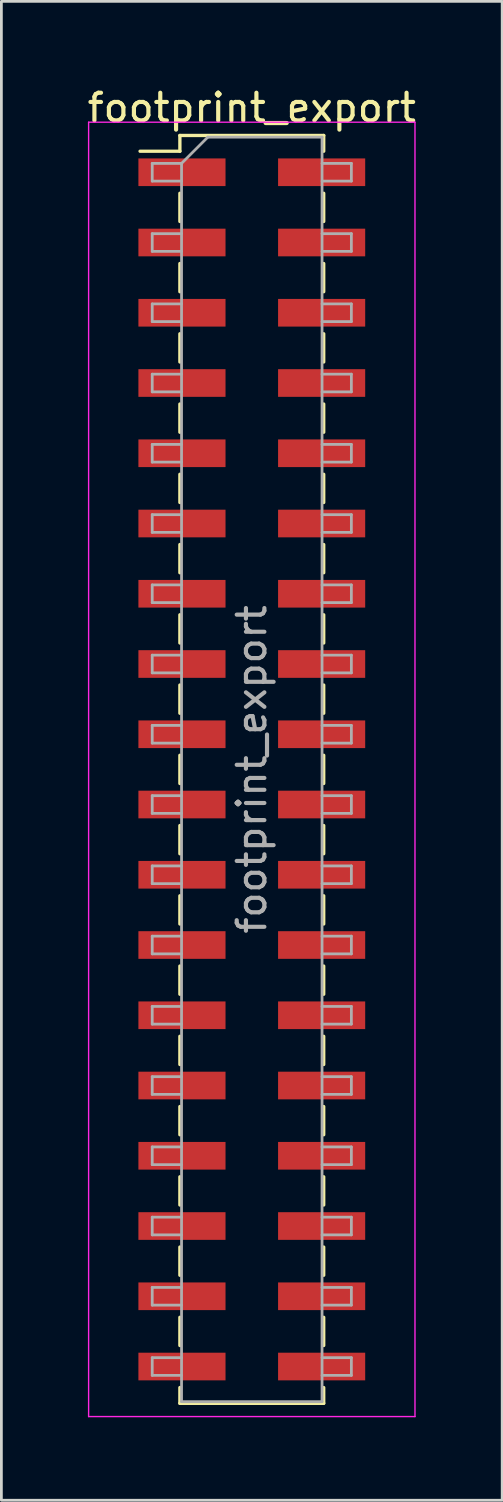
<source format=kicad_pcb>
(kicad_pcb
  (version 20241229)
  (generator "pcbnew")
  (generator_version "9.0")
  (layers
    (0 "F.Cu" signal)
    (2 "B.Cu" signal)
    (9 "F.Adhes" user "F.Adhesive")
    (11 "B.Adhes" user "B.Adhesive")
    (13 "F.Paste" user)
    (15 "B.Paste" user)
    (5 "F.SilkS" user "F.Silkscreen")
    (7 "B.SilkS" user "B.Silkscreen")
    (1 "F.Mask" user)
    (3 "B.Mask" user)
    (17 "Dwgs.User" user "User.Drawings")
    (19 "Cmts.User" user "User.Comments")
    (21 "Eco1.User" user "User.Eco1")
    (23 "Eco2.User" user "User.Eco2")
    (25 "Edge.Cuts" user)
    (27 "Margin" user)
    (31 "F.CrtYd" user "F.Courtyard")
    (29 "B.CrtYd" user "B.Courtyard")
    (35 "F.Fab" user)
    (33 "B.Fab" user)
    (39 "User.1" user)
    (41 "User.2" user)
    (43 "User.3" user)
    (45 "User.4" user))
  (footprint "footprint_export"
    (layer "F.Cu")
    (at 6.054 24.768)
    (property "Reference" "footprint_export" (at 0 -23.92 0) (layer "F.SilkS") (effects (font (size 1 1) (thickness 0.15))))
    (attr smd)
    (fp_line (start -4.04 -22.35) (end -2.6 -22.35) (stroke (width 0.12) (type solid)) (layer "F.SilkS"))
    (fp_line (start -2.6 -22.92) (end -2.6 -22.35) (stroke (width 0.12) (type solid)) (layer "F.SilkS"))
    (fp_line (start -2.6 -22.92) (end 2.6 -22.92) (stroke (width 0.12) (type solid)) (layer "F.SilkS"))
    (fp_line (start -2.6 -20.83) (end -2.6 -19.81) (stroke (width 0.12) (type solid)) (layer "F.SilkS"))
    (fp_line (start -2.6 -18.29) (end -2.6 -17.27) (stroke (width 0.12) (type solid)) (layer "F.SilkS"))
    (fp_line (start -2.6 -15.75) (end -2.6 -14.73) (stroke (width 0.12) (type solid)) (layer "F.SilkS"))
    (fp_line (start -2.6 -13.21) (end -2.6 -12.19) (stroke (width 0.12) (type solid)) (layer "F.SilkS"))
    (fp_line (start -2.6 -10.67) (end -2.6 -9.65) (stroke (width 0.12) (type solid)) (layer "F.SilkS"))
    (fp_line (start -2.6 -8.13) (end -2.6 -7.11) (stroke (width 0.12) (type solid)) (layer "F.SilkS"))
    (fp_line (start -2.6 -5.59) (end -2.6 -4.57) (stroke (width 0.12) (type solid)) (layer "F.SilkS"))
    (fp_line (start -2.6 -3.05) (end -2.6 -2.03) (stroke (width 0.12) (type solid)) (layer "F.SilkS"))
    (fp_line (start -2.6 -0.51) (end -2.6 0.51) (stroke (width 0.12) (type solid)) (layer "F.SilkS"))
    (fp_line (start -2.6 2.03) (end -2.6 3.05) (stroke (width 0.12) (type solid)) (layer "F.SilkS"))
    (fp_line (start -2.6 4.57) (end -2.6 5.59) (stroke (width 0.12) (type solid)) (layer "F.SilkS"))
    (fp_line (start -2.6 7.11) (end -2.6 8.13) (stroke (width 0.12) (type solid)) (layer "F.SilkS"))
    (fp_line (start -2.6 9.65) (end -2.6 10.67) (stroke (width 0.12) (type solid)) (layer "F.SilkS"))
    (fp_line (start -2.6 12.19) (end -2.6 13.21) (stroke (width 0.12) (type solid)) (layer "F.SilkS"))
    (fp_line (start -2.6 14.73) (end -2.6 15.75) (stroke (width 0.12) (type solid)) (layer "F.SilkS"))
    (fp_line (start -2.6 17.27) (end -2.6 18.29) (stroke (width 0.12) (type solid)) (layer "F.SilkS"))
    (fp_line (start -2.6 19.81) (end -2.6 20.83) (stroke (width 0.12) (type solid)) (layer "F.SilkS"))
    (fp_line (start -2.6 22.35) (end -2.6 22.92) (stroke (width 0.12) (type solid)) (layer "F.SilkS"))
    (fp_line (start -2.6 22.92) (end 2.6 22.92) (stroke (width 0.12) (type solid)) (layer "F.SilkS"))
    (fp_line (start 2.6 -22.92) (end 2.6 -22.35) (stroke (width 0.12) (type solid)) (layer "F.SilkS"))
    (fp_line (start 2.6 -20.83) (end 2.6 -19.81) (stroke (width 0.12) (type solid)) (layer "F.SilkS"))
    (fp_line (start 2.6 -18.29) (end 2.6 -17.27) (stroke (width 0.12) (type solid)) (layer "F.SilkS"))
    (fp_line (start 2.6 -15.75) (end 2.6 -14.73) (stroke (width 0.12) (type solid)) (layer "F.SilkS"))
    (fp_line (start 2.6 -13.21) (end 2.6 -12.19) (stroke (width 0.12) (type solid)) (layer "F.SilkS"))
    (fp_line (start 2.6 -10.67) (end 2.6 -9.65) (stroke (width 0.12) (type solid)) (layer "F.SilkS"))
    (fp_line (start 2.6 -8.13) (end 2.6 -7.11) (stroke (width 0.12) (type solid)) (layer "F.SilkS"))
    (fp_line (start 2.6 -5.59) (end 2.6 -4.57) (stroke (width 0.12) (type solid)) (layer "F.SilkS"))
    (fp_line (start 2.6 -3.05) (end 2.6 -2.03) (stroke (width 0.12) (type solid)) (layer "F.SilkS"))
    (fp_line (start 2.6 -0.51) (end 2.6 0.51) (stroke (width 0.12) (type solid)) (layer "F.SilkS"))
    (fp_line (start 2.6 2.03) (end 2.6 3.05) (stroke (width 0.12) (type solid)) (layer "F.SilkS"))
    (fp_line (start 2.6 4.57) (end 2.6 5.59) (stroke (width 0.12) (type solid)) (layer "F.SilkS"))
    (fp_line (start 2.6 7.11) (end 2.6 8.13) (stroke (width 0.12) (type solid)) (layer "F.SilkS"))
    (fp_line (start 2.6 9.65) (end 2.6 10.67) (stroke (width 0.12) (type solid)) (layer "F.SilkS"))
    (fp_line (start 2.6 12.19) (end 2.6 13.21) (stroke (width 0.12) (type solid)) (layer "F.SilkS"))
    (fp_line (start 2.6 14.73) (end 2.6 15.75) (stroke (width 0.12) (type solid)) (layer "F.SilkS"))
    (fp_line (start 2.6 17.27) (end 2.6 18.29) (stroke (width 0.12) (type solid)) (layer "F.SilkS"))
    (fp_line (start 2.6 19.81) (end 2.6 20.83) (stroke (width 0.12) (type solid)) (layer "F.SilkS"))
    (fp_line (start 2.6 22.35) (end 2.6 22.92) (stroke (width 0.12) (type solid)) (layer "F.SilkS"))
    (fp_line (start -5.9 -23.4) (end -5.9 23.4) (stroke (width 0.05) (type solid)) (layer "F.CrtYd"))
    (fp_line (start -5.9 23.4) (end 5.9 23.4) (stroke (width 0.05) (type solid)) (layer "F.CrtYd"))
    (fp_line (start 5.9 -23.4) (end -5.9 -23.4) (stroke (width 0.05) (type solid)) (layer "F.CrtYd"))
    (fp_line (start 5.9 23.4) (end 5.9 -23.4) (stroke (width 0.05) (type solid)) (layer "F.CrtYd"))
    (fp_line (start -3.6 -21.91) (end -3.6 -21.27) (stroke (width 0.1) (type solid)) (layer "F.Fab"))
    (fp_line (start -3.6 -21.27) (end -2.54 -21.27) (stroke (width 0.1) (type solid)) (layer "F.Fab"))
    (fp_line (start -3.6 -19.37) (end -3.6 -18.73) (stroke (width 0.1) (type solid)) (layer "F.Fab"))
    (fp_line (start -3.6 -18.73) (end -2.54 -18.73) (stroke (width 0.1) (type solid)) (layer "F.Fab"))
    (fp_line (start -3.6 -16.83) (end -3.6 -16.19) (stroke (width 0.1) (type solid)) (layer "F.Fab"))
    (fp_line (start -3.6 -16.19) (end -2.54 -16.19) (stroke (width 0.1) (type solid)) (layer "F.Fab"))
    (fp_line (start -3.6 -14.29) (end -3.6 -13.65) (stroke (width 0.1) (type solid)) (layer "F.Fab"))
    (fp_line (start -3.6 -13.65) (end -2.54 -13.65) (stroke (width 0.1) (type solid)) (layer "F.Fab"))
    (fp_line (start -3.6 -11.75) (end -3.6 -11.11) (stroke (width 0.1) (type solid)) (layer "F.Fab"))
    (fp_line (start -3.6 -11.11) (end -2.54 -11.11) (stroke (width 0.1) (type solid)) (layer "F.Fab"))
    (fp_line (start -3.6 -9.21) (end -3.6 -8.57) (stroke (width 0.1) (type solid)) (layer "F.Fab"))
    (fp_line (start -3.6 -8.57) (end -2.54 -8.57) (stroke (width 0.1) (type solid)) (layer "F.Fab"))
    (fp_line (start -3.6 -6.67) (end -3.6 -6.03) (stroke (width 0.1) (type solid)) (layer "F.Fab"))
    (fp_line (start -3.6 -6.03) (end -2.54 -6.03) (stroke (width 0.1) (type solid)) (layer "F.Fab"))
    (fp_line (start -3.6 -4.13) (end -3.6 -3.49) (stroke (width 0.1) (type solid)) (layer "F.Fab"))
    (fp_line (start -3.6 -3.49) (end -2.54 -3.49) (stroke (width 0.1) (type solid)) (layer "F.Fab"))
    (fp_line (start -3.6 -1.59) (end -3.6 -0.95) (stroke (width 0.1) (type solid)) (layer "F.Fab"))
    (fp_line (start -3.6 -0.95) (end -2.54 -0.95) (stroke (width 0.1) (type solid)) (layer "F.Fab"))
    (fp_line (start -3.6 0.95) (end -3.6 1.59) (stroke (width 0.1) (type solid)) (layer "F.Fab"))
    (fp_line (start -3.6 1.59) (end -2.54 1.59) (stroke (width 0.1) (type solid)) (layer "F.Fab"))
    (fp_line (start -3.6 3.49) (end -3.6 4.13) (stroke (width 0.1) (type solid)) (layer "F.Fab"))
    (fp_line (start -3.6 4.13) (end -2.54 4.13) (stroke (width 0.1) (type solid)) (layer "F.Fab"))
    (fp_line (start -3.6 6.03) (end -3.6 6.67) (stroke (width 0.1) (type solid)) (layer "F.Fab"))
    (fp_line (start -3.6 6.67) (end -2.54 6.67) (stroke (width 0.1) (type solid)) (layer "F.Fab"))
    (fp_line (start -3.6 8.57) (end -3.6 9.21) (stroke (width 0.1) (type solid)) (layer "F.Fab"))
    (fp_line (start -3.6 9.21) (end -2.54 9.21) (stroke (width 0.1) (type solid)) (layer "F.Fab"))
    (fp_line (start -3.6 11.11) (end -3.6 11.75) (stroke (width 0.1) (type solid)) (layer "F.Fab"))
    (fp_line (start -3.6 11.75) (end -2.54 11.75) (stroke (width 0.1) (type solid)) (layer "F.Fab"))
    (fp_line (start -3.6 13.65) (end -3.6 14.29) (stroke (width 0.1) (type solid)) (layer "F.Fab"))
    (fp_line (start -3.6 14.29) (end -2.54 14.29) (stroke (width 0.1) (type solid)) (layer "F.Fab"))
    (fp_line (start -3.6 16.19) (end -3.6 16.83) (stroke (width 0.1) (type solid)) (layer "F.Fab"))
    (fp_line (start -3.6 16.83) (end -2.54 16.83) (stroke (width 0.1) (type solid)) (layer "F.Fab"))
    (fp_line (start -3.6 18.73) (end -3.6 19.37) (stroke (width 0.1) (type solid)) (layer "F.Fab"))
    (fp_line (start -3.6 19.37) (end -2.54 19.37) (stroke (width 0.1) (type solid)) (layer "F.Fab"))
    (fp_line (start -3.6 21.27) (end -3.6 21.91) (stroke (width 0.1) (type solid)) (layer "F.Fab"))
    (fp_line (start -3.6 21.91) (end -2.54 21.91) (stroke (width 0.1) (type solid)) (layer "F.Fab"))
    (fp_line (start -2.54 -21.91) (end -3.6 -21.91) (stroke (width 0.1) (type solid)) (layer "F.Fab"))
    (fp_line (start -2.54 -21.91) (end -1.59 -22.86) (stroke (width 0.1) (type solid)) (layer "F.Fab"))
    (fp_line (start -2.54 -19.37) (end -3.6 -19.37) (stroke (width 0.1) (type solid)) (layer "F.Fab"))
    (fp_line (start -2.54 -16.83) (end -3.6 -16.83) (stroke (width 0.1) (type solid)) (layer "F.Fab"))
    (fp_line (start -2.54 -14.29) (end -3.6 -14.29) (stroke (width 0.1) (type solid)) (layer "F.Fab"))
    (fp_line (start -2.54 -11.75) (end -3.6 -11.75) (stroke (width 0.1) (type solid)) (layer "F.Fab"))
    (fp_line (start -2.54 -9.21) (end -3.6 -9.21) (stroke (width 0.1) (type solid)) (layer "F.Fab"))
    (fp_line (start -2.54 -6.67) (end -3.6 -6.67) (stroke (width 0.1) (type solid)) (layer "F.Fab"))
    (fp_line (start -2.54 -4.13) (end -3.6 -4.13) (stroke (width 0.1) (type solid)) (layer "F.Fab"))
    (fp_line (start -2.54 -1.59) (end -3.6 -1.59) (stroke (width 0.1) (type solid)) (layer "F.Fab"))
    (fp_line (start -2.54 0.95) (end -3.6 0.95) (stroke (width 0.1) (type solid)) (layer "F.Fab"))
    (fp_line (start -2.54 3.49) (end -3.6 3.49) (stroke (width 0.1) (type solid)) (layer "F.Fab"))
    (fp_line (start -2.54 6.03) (end -3.6 6.03) (stroke (width 0.1) (type solid)) (layer "F.Fab"))
    (fp_line (start -2.54 8.57) (end -3.6 8.57) (stroke (width 0.1) (type solid)) (layer "F.Fab"))
    (fp_line (start -2.54 11.11) (end -3.6 11.11) (stroke (width 0.1) (type solid)) (layer "F.Fab"))
    (fp_line (start -2.54 13.65) (end -3.6 13.65) (stroke (width 0.1) (type solid)) (layer "F.Fab"))
    (fp_line (start -2.54 16.19) (end -3.6 16.19) (stroke (width 0.1) (type solid)) (layer "F.Fab"))
    (fp_line (start -2.54 18.73) (end -3.6 18.73) (stroke (width 0.1) (type solid)) (layer "F.Fab"))
    (fp_line (start -2.54 21.27) (end -3.6 21.27) (stroke (width 0.1) (type solid)) (layer "F.Fab"))
    (fp_line (start -2.54 22.86) (end -2.54 -21.91) (stroke (width 0.1) (type solid)) (layer "F.Fab"))
    (fp_line (start -1.59 -22.86) (end 2.54 -22.86) (stroke (width 0.1) (type solid)) (layer "F.Fab"))
    (fp_line (start 2.54 -22.86) (end 2.54 22.86) (stroke (width 0.1) (type solid)) (layer "F.Fab"))
    (fp_line (start 2.54 -21.91) (end 3.6 -21.91) (stroke (width 0.1) (type solid)) (layer "F.Fab"))
    (fp_line (start 2.54 -19.37) (end 3.6 -19.37) (stroke (width 0.1) (type solid)) (layer "F.Fab"))
    (fp_line (start 2.54 -16.83) (end 3.6 -16.83) (stroke (width 0.1) (type solid)) (layer "F.Fab"))
    (fp_line (start 2.54 -14.29) (end 3.6 -14.29) (stroke (width 0.1) (type solid)) (layer "F.Fab"))
    (fp_line (start 2.54 -11.75) (end 3.6 -11.75) (stroke (width 0.1) (type solid)) (layer "F.Fab"))
    (fp_line (start 2.54 -9.21) (end 3.6 -9.21) (stroke (width 0.1) (type solid)) (layer "F.Fab"))
    (fp_line (start 2.54 -6.67) (end 3.6 -6.67) (stroke (width 0.1) (type solid)) (layer "F.Fab"))
    (fp_line (start 2.54 -4.13) (end 3.6 -4.13) (stroke (width 0.1) (type solid)) (layer "F.Fab"))
    (fp_line (start 2.54 -1.59) (end 3.6 -1.59) (stroke (width 0.1) (type solid)) (layer "F.Fab"))
    (fp_line (start 2.54 0.95) (end 3.6 0.95) (stroke (width 0.1) (type solid)) (layer "F.Fab"))
    (fp_line (start 2.54 3.49) (end 3.6 3.49) (stroke (width 0.1) (type solid)) (layer "F.Fab"))
    (fp_line (start 2.54 6.03) (end 3.6 6.03) (stroke (width 0.1) (type solid)) (layer "F.Fab"))
    (fp_line (start 2.54 8.57) (end 3.6 8.57) (stroke (width 0.1) (type solid)) (layer "F.Fab"))
    (fp_line (start 2.54 11.11) (end 3.6 11.11) (stroke (width 0.1) (type solid)) (layer "F.Fab"))
    (fp_line (start 2.54 13.65) (end 3.6 13.65) (stroke (width 0.1) (type solid)) (layer "F.Fab"))
    (fp_line (start 2.54 16.19) (end 3.6 16.19) (stroke (width 0.1) (type solid)) (layer "F.Fab"))
    (fp_line (start 2.54 18.73) (end 3.6 18.73) (stroke (width 0.1) (type solid)) (layer "F.Fab"))
    (fp_line (start 2.54 21.27) (end 3.6 21.27) (stroke (width 0.1) (type solid)) (layer "F.Fab"))
    (fp_line (start 2.54 22.86) (end -2.54 22.86) (stroke (width 0.1) (type solid)) (layer "F.Fab"))
    (fp_line (start 3.6 -21.91) (end 3.6 -21.27) (stroke (width 0.1) (type solid)) (layer "F.Fab"))
    (fp_line (start 3.6 -21.27) (end 2.54 -21.27) (stroke (width 0.1) (type solid)) (layer "F.Fab"))
    (fp_line (start 3.6 -19.37) (end 3.6 -18.73) (stroke (width 0.1) (type solid)) (layer "F.Fab"))
    (fp_line (start 3.6 -18.73) (end 2.54 -18.73) (stroke (width 0.1) (type solid)) (layer "F.Fab"))
    (fp_line (start 3.6 -16.83) (end 3.6 -16.19) (stroke (width 0.1) (type solid)) (layer "F.Fab"))
    (fp_line (start 3.6 -16.19) (end 2.54 -16.19) (stroke (width 0.1) (type solid)) (layer "F.Fab"))
    (fp_line (start 3.6 -14.29) (end 3.6 -13.65) (stroke (width 0.1) (type solid)) (layer "F.Fab"))
    (fp_line (start 3.6 -13.65) (end 2.54 -13.65) (stroke (width 0.1) (type solid)) (layer "F.Fab"))
    (fp_line (start 3.6 -11.75) (end 3.6 -11.11) (stroke (width 0.1) (type solid)) (layer "F.Fab"))
    (fp_line (start 3.6 -11.11) (end 2.54 -11.11) (stroke (width 0.1) (type solid)) (layer "F.Fab"))
    (fp_line (start 3.6 -9.21) (end 3.6 -8.57) (stroke (width 0.1) (type solid)) (layer "F.Fab"))
    (fp_line (start 3.6 -8.57) (end 2.54 -8.57) (stroke (width 0.1) (type solid)) (layer "F.Fab"))
    (fp_line (start 3.6 -6.67) (end 3.6 -6.03) (stroke (width 0.1) (type solid)) (layer "F.Fab"))
    (fp_line (start 3.6 -6.03) (end 2.54 -6.03) (stroke (width 0.1) (type solid)) (layer "F.Fab"))
    (fp_line (start 3.6 -4.13) (end 3.6 -3.49) (stroke (width 0.1) (type solid)) (layer "F.Fab"))
    (fp_line (start 3.6 -3.49) (end 2.54 -3.49) (stroke (width 0.1) (type solid)) (layer "F.Fab"))
    (fp_line (start 3.6 -1.59) (end 3.6 -0.95) (stroke (width 0.1) (type solid)) (layer "F.Fab"))
    (fp_line (start 3.6 -0.95) (end 2.54 -0.95) (stroke (width 0.1) (type solid)) (layer "F.Fab"))
    (fp_line (start 3.6 0.95) (end 3.6 1.59) (stroke (width 0.1) (type solid)) (layer "F.Fab"))
    (fp_line (start 3.6 1.59) (end 2.54 1.59) (stroke (width 0.1) (type solid)) (layer "F.Fab"))
    (fp_line (start 3.6 3.49) (end 3.6 4.13) (stroke (width 0.1) (type solid)) (layer "F.Fab"))
    (fp_line (start 3.6 4.13) (end 2.54 4.13) (stroke (width 0.1) (type solid)) (layer "F.Fab"))
    (fp_line (start 3.6 6.03) (end 3.6 6.67) (stroke (width 0.1) (type solid)) (layer "F.Fab"))
    (fp_line (start 3.6 6.67) (end 2.54 6.67) (stroke (width 0.1) (type solid)) (layer "F.Fab"))
    (fp_line (start 3.6 8.57) (end 3.6 9.21) (stroke (width 0.1) (type solid)) (layer "F.Fab"))
    (fp_line (start 3.6 9.21) (end 2.54 9.21) (stroke (width 0.1) (type solid)) (layer "F.Fab"))
    (fp_line (start 3.6 11.11) (end 3.6 11.75) (stroke (width 0.1) (type solid)) (layer "F.Fab"))
    (fp_line (start 3.6 11.75) (end 2.54 11.75) (stroke (width 0.1) (type solid)) (layer "F.Fab"))
    (fp_line (start 3.6 13.65) (end 3.6 14.29) (stroke (width 0.1) (type solid)) (layer "F.Fab"))
    (fp_line (start 3.6 14.29) (end 2.54 14.29) (stroke (width 0.1) (type solid)) (layer "F.Fab"))
    (fp_line (start 3.6 16.19) (end 3.6 16.83) (stroke (width 0.1) (type solid)) (layer "F.Fab"))
    (fp_line (start 3.6 16.83) (end 2.54 16.83) (stroke (width 0.1) (type solid)) (layer "F.Fab"))
    (fp_line (start 3.6 18.73) (end 3.6 19.37) (stroke (width 0.1) (type solid)) (layer "F.Fab"))
    (fp_line (start 3.6 19.37) (end 2.54 19.37) (stroke (width 0.1) (type solid)) (layer "F.Fab"))
    (fp_line (start 3.6 21.27) (end 3.6 21.91) (stroke (width 0.1) (type solid)) (layer "F.Fab"))
    (fp_line (start 3.6 21.91) (end 2.54 21.91) (stroke (width 0.1) (type solid)) (layer "F.Fab"))
    (fp_text user "${REFERENCE}" (at 0 0 90) (layer "F.Fab") (effects (font (size 1 1) (thickness 0.15))))
    (pad "1" smd rect (at -2.525 -21.59) (size 3.15 1) (layers "F.Cu" "F.Mask" "F.Paste"))
    (pad "2" smd rect (at 2.525 -21.59) (size 3.15 1) (layers "F.Cu" "F.Mask" "F.Paste"))
    (pad "3" smd rect (at -2.525 -19.05) (size 3.15 1) (layers "F.Cu" "F.Mask" "F.Paste"))
    (pad "4" smd rect (at 2.525 -19.05) (size 3.15 1) (layers "F.Cu" "F.Mask" "F.Paste"))
    (pad "5" smd rect (at -2.525 -16.51) (size 3.15 1) (layers "F.Cu" "F.Mask" "F.Paste"))
    (pad "6" smd rect (at 2.525 -16.51) (size 3.15 1) (layers "F.Cu" "F.Mask" "F.Paste"))
    (pad "7" smd rect (at -2.525 -13.97) (size 3.15 1) (layers "F.Cu" "F.Mask" "F.Paste"))
    (pad "8" smd rect (at 2.525 -13.97) (size 3.15 1) (layers "F.Cu" "F.Mask" "F.Paste"))
    (pad "9" smd rect (at -2.525 -11.43) (size 3.15 1) (layers "F.Cu" "F.Mask" "F.Paste"))
    (pad "10" smd rect (at 2.525 -11.43) (size 3.15 1) (layers "F.Cu" "F.Mask" "F.Paste"))
    (pad "11" smd rect (at -2.525 -8.89) (size 3.15 1) (layers "F.Cu" "F.Mask" "F.Paste"))
    (pad "12" smd rect (at 2.525 -8.89) (size 3.15 1) (layers "F.Cu" "F.Mask" "F.Paste"))
    (pad "13" smd rect (at -2.525 -6.35) (size 3.15 1) (layers "F.Cu" "F.Mask" "F.Paste"))
    (pad "14" smd rect (at 2.525 -6.35) (size 3.15 1) (layers "F.Cu" "F.Mask" "F.Paste"))
    (pad "15" smd rect (at -2.525 -3.81) (size 3.15 1) (layers "F.Cu" "F.Mask" "F.Paste"))
    (pad "16" smd rect (at 2.525 -3.81) (size 3.15 1) (layers "F.Cu" "F.Mask" "F.Paste"))
    (pad "17" smd rect (at -2.525 -1.27) (size 3.15 1) (layers "F.Cu" "F.Mask" "F.Paste"))
    (pad "18" smd rect (at 2.525 -1.27) (size 3.15 1) (layers "F.Cu" "F.Mask" "F.Paste"))
    (pad "19" smd rect (at -2.525 1.27) (size 3.15 1) (layers "F.Cu" "F.Mask" "F.Paste"))
    (pad "20" smd rect (at 2.525 1.27) (size 3.15 1) (layers "F.Cu" "F.Mask" "F.Paste"))
    (pad "21" smd rect (at -2.525 3.81) (size 3.15 1) (layers "F.Cu" "F.Mask" "F.Paste"))
    (pad "22" smd rect (at 2.525 3.81) (size 3.15 1) (layers "F.Cu" "F.Mask" "F.Paste"))
    (pad "23" smd rect (at -2.525 6.35) (size 3.15 1) (layers "F.Cu" "F.Mask" "F.Paste"))
    (pad "24" smd rect (at 2.525 6.35) (size 3.15 1) (layers "F.Cu" "F.Mask" "F.Paste"))
    (pad "25" smd rect (at -2.525 8.89) (size 3.15 1) (layers "F.Cu" "F.Mask" "F.Paste"))
    (pad "26" smd rect (at 2.525 8.89) (size 3.15 1) (layers "F.Cu" "F.Mask" "F.Paste"))
    (pad "27" smd rect (at -2.525 11.43) (size 3.15 1) (layers "F.Cu" "F.Mask" "F.Paste"))
    (pad "28" smd rect (at 2.525 11.43) (size 3.15 1) (layers "F.Cu" "F.Mask" "F.Paste"))
    (pad "29" smd rect (at -2.525 13.97) (size 3.15 1) (layers "F.Cu" "F.Mask" "F.Paste"))
    (pad "30" smd rect (at 2.525 13.97) (size 3.15 1) (layers "F.Cu" "F.Mask" "F.Paste"))
    (pad "31" smd rect (at -2.525 16.51) (size 3.15 1) (layers "F.Cu" "F.Mask" "F.Paste"))
    (pad "32" smd rect (at 2.525 16.51) (size 3.15 1) (layers "F.Cu" "F.Mask" "F.Paste"))
    (pad "33" smd rect (at -2.525 19.05) (size 3.15 1) (layers "F.Cu" "F.Mask" "F.Paste"))
    (pad "34" smd rect (at 2.525 19.05) (size 3.15 1) (layers "F.Cu" "F.Mask" "F.Paste"))
    (pad "35" smd rect (at -2.525 21.59) (size 3.15 1) (layers "F.Cu" "F.Mask" "F.Paste"))
    (pad "36" smd rect (at 2.525 21.59) (size 3.15 1) (layers "F.Cu" "F.Mask" "F.Paste")))
  (gr_rect
    (start -3 -3)
    (end 15.107 51.193)
    (stroke (width 0.1) (type default))
    (fill no)
    (layer "Edge.Cuts")))
</source>
